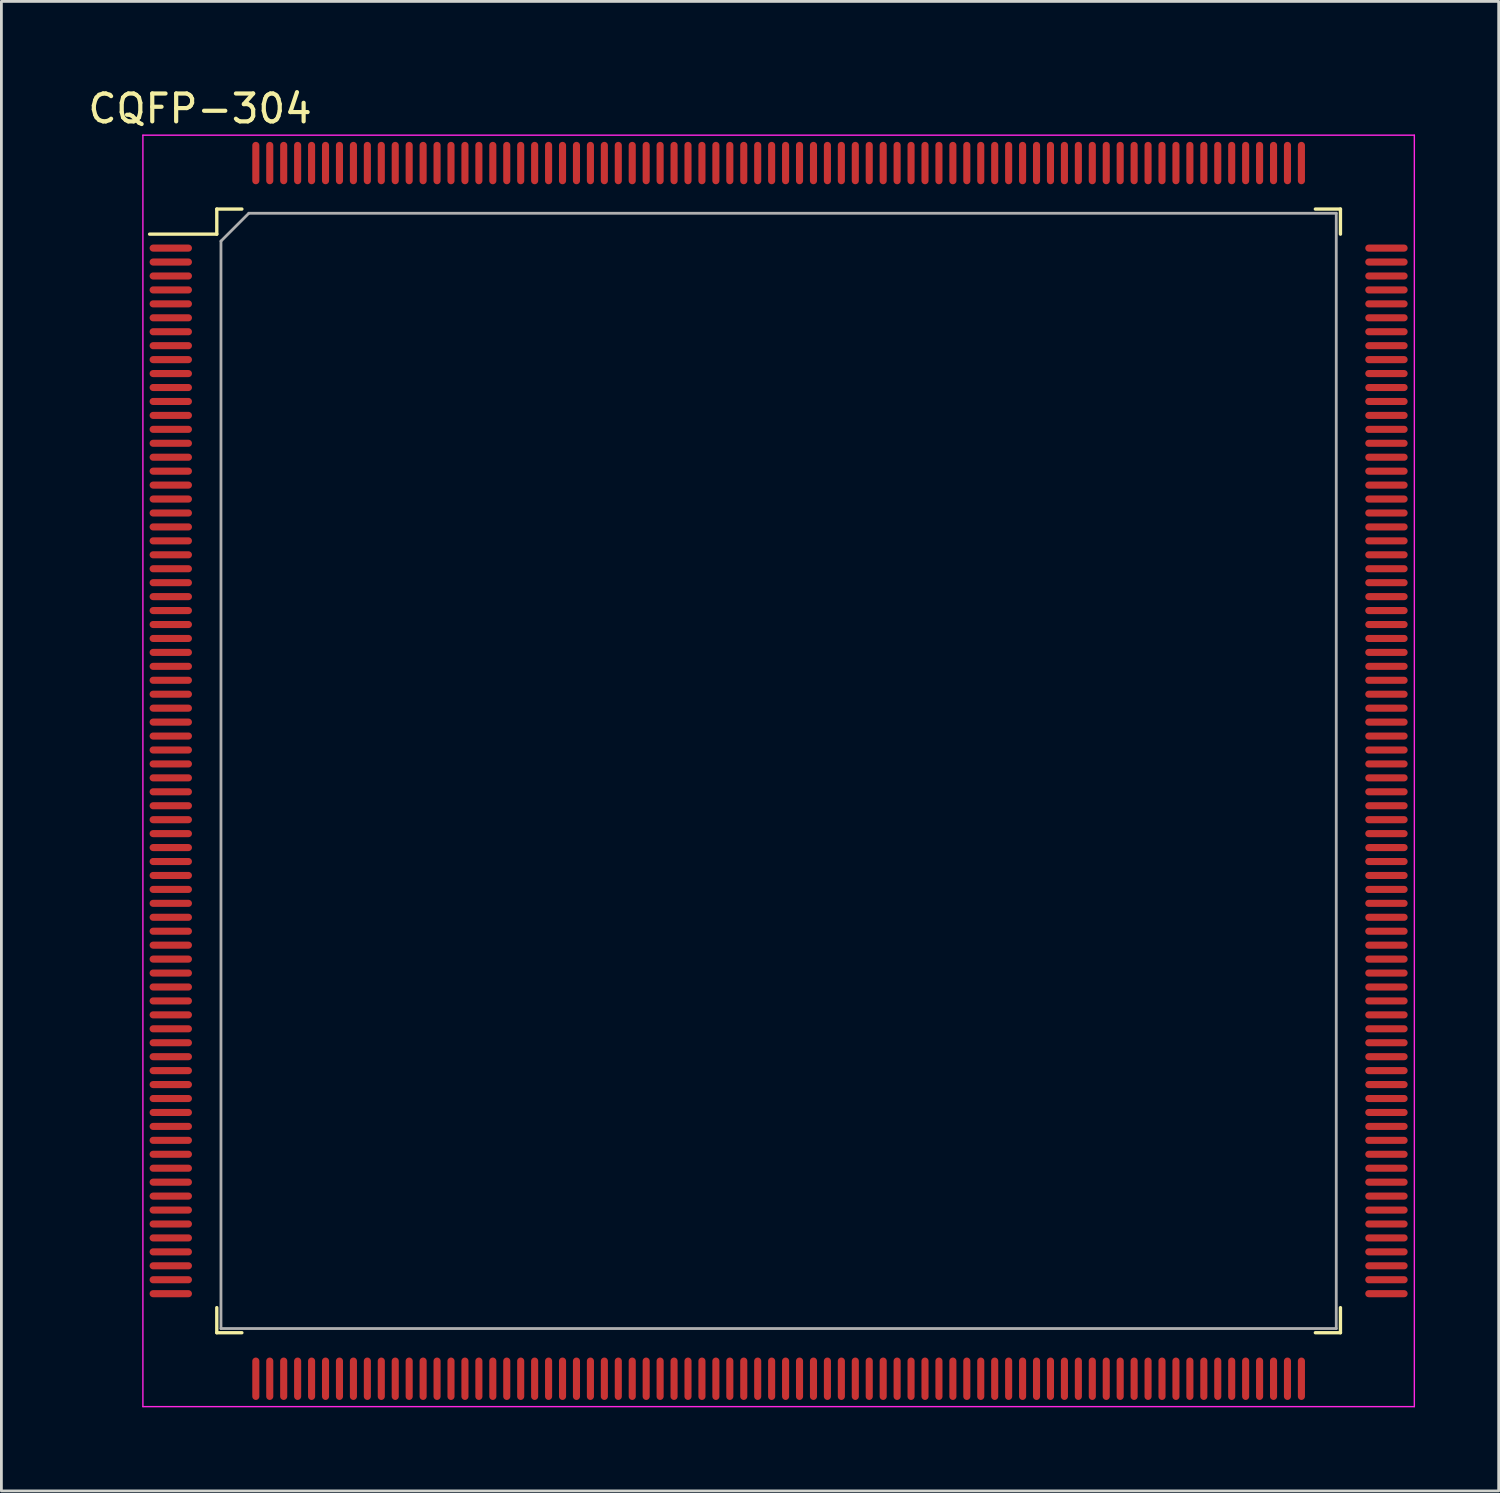
<source format=kicad_pcb>
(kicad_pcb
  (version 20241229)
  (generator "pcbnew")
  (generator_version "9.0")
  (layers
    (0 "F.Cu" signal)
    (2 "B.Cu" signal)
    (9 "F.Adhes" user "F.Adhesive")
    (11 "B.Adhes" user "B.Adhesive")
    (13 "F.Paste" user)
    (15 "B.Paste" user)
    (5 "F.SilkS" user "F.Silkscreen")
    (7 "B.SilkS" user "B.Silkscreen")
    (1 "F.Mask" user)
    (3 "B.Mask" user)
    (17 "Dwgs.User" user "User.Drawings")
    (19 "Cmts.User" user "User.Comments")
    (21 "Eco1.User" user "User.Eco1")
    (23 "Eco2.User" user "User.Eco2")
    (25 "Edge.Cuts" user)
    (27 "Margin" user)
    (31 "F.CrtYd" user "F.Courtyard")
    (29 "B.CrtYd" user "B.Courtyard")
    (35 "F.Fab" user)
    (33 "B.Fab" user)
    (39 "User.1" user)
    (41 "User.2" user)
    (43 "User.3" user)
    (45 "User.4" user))
  (footprint "CQFP-304"
    (layer "F.Cu")
    (at 24.875 24.598)
    (property "Reference" "CQFP-304" (at -20.75 -23.75 0) (layer "F.SilkS") (effects (font (size 1 1) (thickness 0.15))))
    (attr through_hole)
    (fp_line (start -20.15 -20.15) (end -20.15 -19.25) (stroke (width 0.12) (type solid)) (layer "F.SilkS"))
    (fp_line (start -20.15 -19.25) (end -22.56 -19.25) (stroke (width 0.12) (type solid)) (layer "F.SilkS"))
    (fp_line (start -20.15 20.15) (end -20.15 19.25) (stroke (width 0.12) (type solid)) (layer "F.SilkS"))
    (fp_line (start -19.25 -20.15) (end -20.15 -20.15) (stroke (width 0.12) (type solid)) (layer "F.SilkS"))
    (fp_line (start -19.25 20.15) (end -20.15 20.15) (stroke (width 0.12) (type solid)) (layer "F.SilkS"))
    (fp_line (start 19.25 -20.15) (end 20.15 -20.15) (stroke (width 0.12) (type solid)) (layer "F.SilkS"))
    (fp_line (start 19.25 20.15) (end 20.15 20.15) (stroke (width 0.12) (type solid)) (layer "F.SilkS"))
    (fp_line (start 20.15 -20.15) (end 20.15 -19.25) (stroke (width 0.12) (type solid)) (layer "F.SilkS"))
    (fp_line (start 20.15 20.15) (end 20.15 19.25) (stroke (width 0.12) (type solid)) (layer "F.SilkS"))
    (fp_line (start -22.8 -22.8) (end 22.8 -22.8) (stroke (width 0.05) (type solid)) (layer "F.CrtYd"))
    (fp_line (start -22.8 22.8) (end -22.8 -22.8) (stroke (width 0.05) (type solid)) (layer "F.CrtYd"))
    (fp_line (start 22.8 -22.8) (end 22.8 22.8) (stroke (width 0.05) (type solid)) (layer "F.CrtYd"))
    (fp_line (start 22.8 22.8) (end -22.8 22.8) (stroke (width 0.05) (type solid)) (layer "F.CrtYd"))
    (fp_line (start -20 -19) (end -20 20) (stroke (width 0.1) (type solid)) (layer "F.Fab"))
    (fp_line (start -20 20) (end 20 20) (stroke (width 0.1) (type solid)) (layer "F.Fab"))
    (fp_line (start -19 -20) (end -20 -19) (stroke (width 0.1) (type solid)) (layer "F.Fab"))
    (fp_line (start 20 -20) (end -19 -20) (stroke (width 0.1) (type solid)) (layer "F.Fab"))
    (fp_line (start 20 20) (end 20 -20) (stroke (width 0.1) (type solid)) (layer "F.Fab"))
    (pad "1" smd oval (at -21.8 -18.75 90) (size 0.254 1.52) (layers "F.Cu" "F.Mask" "F.Paste"))
    (pad "2" smd oval (at -21.8 -18.25 90) (size 0.254 1.52) (layers "F.Cu" "F.Mask" "F.Paste"))
    (pad "3" smd oval (at -21.8 -17.75 90) (size 0.254 1.52) (layers "F.Cu" "F.Mask" "F.Paste"))
    (pad "4" smd oval (at -21.8 -17.25 90) (size 0.254 1.52) (layers "F.Cu" "F.Mask" "F.Paste"))
    (pad "5" smd oval (at -21.8 -16.75 90) (size 0.254 1.52) (layers "F.Cu" "F.Mask" "F.Paste"))
    (pad "6" smd oval (at -21.8 -16.25 90) (size 0.254 1.52) (layers "F.Cu" "F.Mask" "F.Paste"))
    (pad "7" smd oval (at -21.8 -15.75 90) (size 0.254 1.52) (layers "F.Cu" "F.Mask" "F.Paste"))
    (pad "8" smd oval (at -21.8 -15.25 90) (size 0.254 1.52) (layers "F.Cu" "F.Mask" "F.Paste"))
    (pad "9" smd oval (at -21.8 -14.75 90) (size 0.254 1.52) (layers "F.Cu" "F.Mask" "F.Paste"))
    (pad "10" smd oval (at -21.8 -14.25 90) (size 0.254 1.52) (layers "F.Cu" "F.Mask" "F.Paste"))
    (pad "11" smd oval (at -21.8 -13.75 90) (size 0.254 1.52) (layers "F.Cu" "F.Mask" "F.Paste"))
    (pad "12" smd oval (at -21.8 -13.25 90) (size 0.254 1.52) (layers "F.Cu" "F.Mask" "F.Paste"))
    (pad "13" smd oval (at -21.8 -12.75 90) (size 0.254 1.52) (layers "F.Cu" "F.Mask" "F.Paste"))
    (pad "14" smd oval (at -21.8 -12.25 90) (size 0.254 1.52) (layers "F.Cu" "F.Mask" "F.Paste"))
    (pad "15" smd oval (at -21.8 -11.75 90) (size 0.254 1.52) (layers "F.Cu" "F.Mask" "F.Paste"))
    (pad "16" smd oval (at -21.8 -11.25 90) (size 0.254 1.52) (layers "F.Cu" "F.Mask" "F.Paste"))
    (pad "17" smd oval (at -21.8 -10.75 90) (size 0.254 1.52) (layers "F.Cu" "F.Mask" "F.Paste"))
    (pad "18" smd oval (at -21.8 -10.25 90) (size 0.254 1.52) (layers "F.Cu" "F.Mask" "F.Paste"))
    (pad "19" smd oval (at -21.8 -9.75 90) (size 0.254 1.52) (layers "F.Cu" "F.Mask" "F.Paste"))
    (pad "20" smd oval (at -21.8 -9.25 90) (size 0.254 1.52) (layers "F.Cu" "F.Mask" "F.Paste"))
    (pad "21" smd oval (at -21.8 -8.75 90) (size 0.254 1.52) (layers "F.Cu" "F.Mask" "F.Paste"))
    (pad "22" smd oval (at -21.8 -8.25 90) (size 0.254 1.52) (layers "F.Cu" "F.Mask" "F.Paste"))
    (pad "23" smd oval (at -21.8 -7.75 90) (size 0.254 1.52) (layers "F.Cu" "F.Mask" "F.Paste"))
    (pad "24" smd oval (at -21.8 -7.25 90) (size 0.254 1.52) (layers "F.Cu" "F.Mask" "F.Paste"))
    (pad "25" smd oval (at -21.8 -6.75 90) (size 0.254 1.52) (layers "F.Cu" "F.Mask" "F.Paste"))
    (pad "26" smd oval (at -21.8 -6.25 90) (size 0.254 1.52) (layers "F.Cu" "F.Mask" "F.Paste"))
    (pad "27" smd oval (at -21.8 -5.75 90) (size 0.254 1.52) (layers "F.Cu" "F.Mask" "F.Paste"))
    (pad "28" smd oval (at -21.8 -5.25 90) (size 0.254 1.52) (layers "F.Cu" "F.Mask" "F.Paste"))
    (pad "29" smd oval (at -21.8 -4.75 90) (size 0.254 1.52) (layers "F.Cu" "F.Mask" "F.Paste"))
    (pad "30" smd oval (at -21.8 -4.25 90) (size 0.254 1.52) (layers "F.Cu" "F.Mask" "F.Paste"))
    (pad "31" smd oval (at -21.8 -3.75 90) (size 0.254 1.52) (layers "F.Cu" "F.Mask" "F.Paste"))
    (pad "32" smd oval (at -21.8 -3.25 90) (size 0.254 1.52) (layers "F.Cu" "F.Mask" "F.Paste"))
    (pad "33" smd oval (at -21.8 -2.75 90) (size 0.254 1.52) (layers "F.Cu" "F.Mask" "F.Paste"))
    (pad "34" smd oval (at -21.8 -2.25 90) (size 0.254 1.52) (layers "F.Cu" "F.Mask" "F.Paste"))
    (pad "35" smd oval (at -21.8 -1.75 90) (size 0.254 1.52) (layers "F.Cu" "F.Mask" "F.Paste"))
    (pad "36" smd oval (at -21.8 -1.25 90) (size 0.254 1.52) (layers "F.Cu" "F.Mask" "F.Paste"))
    (pad "37" smd oval (at -21.8 -0.75 90) (size 0.254 1.52) (layers "F.Cu" "F.Mask" "F.Paste"))
    (pad "38" smd oval (at -21.8 -0.25 90) (size 0.254 1.52) (layers "F.Cu" "F.Mask" "F.Paste"))
    (pad "39" smd oval (at -21.8 0.25 90) (size 0.254 1.52) (layers "F.Cu" "F.Mask" "F.Paste"))
    (pad "40" smd oval (at -21.8 0.75 90) (size 0.254 1.52) (layers "F.Cu" "F.Mask" "F.Paste"))
    (pad "41" smd oval (at -21.8 1.25 90) (size 0.254 1.52) (layers "F.Cu" "F.Mask" "F.Paste"))
    (pad "42" smd oval (at -21.8 1.75 90) (size 0.254 1.52) (layers "F.Cu" "F.Mask" "F.Paste"))
    (pad "43" smd oval (at -21.8 2.25 90) (size 0.254 1.52) (layers "F.Cu" "F.Mask" "F.Paste"))
    (pad "44" smd oval (at -21.8 2.75 90) (size 0.254 1.52) (layers "F.Cu" "F.Mask" "F.Paste"))
    (pad "45" smd oval (at -21.8 3.25 90) (size 0.254 1.52) (layers "F.Cu" "F.Mask" "F.Paste"))
    (pad "46" smd oval (at -21.8 3.75 90) (size 0.254 1.52) (layers "F.Cu" "F.Mask" "F.Paste"))
    (pad "47" smd oval (at -21.8 4.25 90) (size 0.254 1.52) (layers "F.Cu" "F.Mask" "F.Paste"))
    (pad "48" smd oval (at -21.8 4.75 90) (size 0.254 1.52) (layers "F.Cu" "F.Mask" "F.Paste"))
    (pad "49" smd oval (at -21.8 5.25 90) (size 0.254 1.52) (layers "F.Cu" "F.Mask" "F.Paste"))
    (pad "50" smd oval (at -21.8 5.75 90) (size 0.254 1.52) (layers "F.Cu" "F.Mask" "F.Paste"))
    (pad "51" smd oval (at -21.8 6.25 90) (size 0.254 1.52) (layers "F.Cu" "F.Mask" "F.Paste"))
    (pad "52" smd oval (at -21.8 6.75 90) (size 0.254 1.52) (layers "F.Cu" "F.Mask" "F.Paste"))
    (pad "53" smd oval (at -21.8 7.25 90) (size 0.254 1.52) (layers "F.Cu" "F.Mask" "F.Paste"))
    (pad "54" smd oval (at -21.8 7.75 90) (size 0.254 1.52) (layers "F.Cu" "F.Mask" "F.Paste"))
    (pad "55" smd oval (at -21.8 8.25 90) (size 0.254 1.52) (layers "F.Cu" "F.Mask" "F.Paste"))
    (pad "56" smd oval (at -21.8 8.75 90) (size 0.254 1.52) (layers "F.Cu" "F.Mask" "F.Paste"))
    (pad "57" smd oval (at -21.8 9.25 90) (size 0.254 1.52) (layers "F.Cu" "F.Mask" "F.Paste"))
    (pad "58" smd oval (at -21.8 9.75 90) (size 0.254 1.52) (layers "F.Cu" "F.Mask" "F.Paste"))
    (pad "59" smd oval (at -21.8 10.25 90) (size 0.254 1.52) (layers "F.Cu" "F.Mask" "F.Paste"))
    (pad "60" smd oval (at -21.8 10.75 90) (size 0.254 1.52) (layers "F.Cu" "F.Mask" "F.Paste"))
    (pad "61" smd oval (at -21.8 11.25 90) (size 0.254 1.52) (layers "F.Cu" "F.Mask" "F.Paste"))
    (pad "62" smd oval (at -21.8 11.75 90) (size 0.254 1.52) (layers "F.Cu" "F.Mask" "F.Paste"))
    (pad "63" smd oval (at -21.8 12.25 90) (size 0.254 1.52) (layers "F.Cu" "F.Mask" "F.Paste"))
    (pad "64" smd oval (at -21.8 12.75 90) (size 0.254 1.52) (layers "F.Cu" "F.Mask" "F.Paste"))
    (pad "65" smd oval (at -21.8 13.25 90) (size 0.254 1.52) (layers "F.Cu" "F.Mask" "F.Paste"))
    (pad "66" smd oval (at -21.8 13.75 90) (size 0.254 1.52) (layers "F.Cu" "F.Mask" "F.Paste"))
    (pad "67" smd oval (at -21.8 14.25 90) (size 0.254 1.52) (layers "F.Cu" "F.Mask" "F.Paste"))
    (pad "68" smd oval (at -21.8 14.75 90) (size 0.254 1.52) (layers "F.Cu" "F.Mask" "F.Paste"))
    (pad "69" smd oval (at -21.8 15.25 90) (size 0.254 1.52) (layers "F.Cu" "F.Mask" "F.Paste"))
    (pad "70" smd oval (at -21.8 15.75 90) (size 0.254 1.52) (layers "F.Cu" "F.Mask" "F.Paste"))
    (pad "71" smd oval (at -21.8 16.25 90) (size 0.254 1.52) (layers "F.Cu" "F.Mask" "F.Paste"))
    (pad "72" smd oval (at -21.8 16.75 90) (size 0.254 1.52) (layers "F.Cu" "F.Mask" "F.Paste"))
    (pad "73" smd oval (at -21.8 17.25 90) (size 0.254 1.52) (layers "F.Cu" "F.Mask" "F.Paste"))
    (pad "74" smd oval (at -21.8 17.75 90) (size 0.254 1.52) (layers "F.Cu" "F.Mask" "F.Paste"))
    (pad "75" smd oval (at -21.8 18.25 90) (size 0.254 1.52) (layers "F.Cu" "F.Mask" "F.Paste"))
    (pad "76" smd oval (at -21.8 18.75 90) (size 0.254 1.52) (layers "F.Cu" "F.Mask" "F.Paste"))
    (pad "77" smd oval (at -18.75 21.8) (size 0.254 1.52) (layers "F.Cu" "F.Mask" "F.Paste"))
    (pad "78" smd oval (at -18.25 21.8) (size 0.254 1.52) (layers "F.Cu" "F.Mask" "F.Paste"))
    (pad "79" smd oval (at -17.75 21.8) (size 0.254 1.52) (layers "F.Cu" "F.Mask" "F.Paste"))
    (pad "80" smd oval (at -17.25 21.8) (size 0.254 1.52) (layers "F.Cu" "F.Mask" "F.Paste"))
    (pad "81" smd oval (at -16.75 21.8) (size 0.254 1.52) (layers "F.Cu" "F.Mask" "F.Paste"))
    (pad "82" smd oval (at -16.25 21.8) (size 0.254 1.52) (layers "F.Cu" "F.Mask" "F.Paste"))
    (pad "83" smd oval (at -15.75 21.8) (size 0.254 1.52) (layers "F.Cu" "F.Mask" "F.Paste"))
    (pad "84" smd oval (at -15.25 21.8) (size 0.254 1.52) (layers "F.Cu" "F.Mask" "F.Paste"))
    (pad "85" smd oval (at -14.75 21.8) (size 0.254 1.52) (layers "F.Cu" "F.Mask" "F.Paste"))
    (pad "86" smd oval (at -14.25 21.8) (size 0.254 1.52) (layers "F.Cu" "F.Mask" "F.Paste"))
    (pad "87" smd oval (at -13.75 21.8) (size 0.254 1.52) (layers "F.Cu" "F.Mask" "F.Paste"))
    (pad "88" smd oval (at -13.25 21.8) (size 0.254 1.52) (layers "F.Cu" "F.Mask" "F.Paste"))
    (pad "89" smd oval (at -12.75 21.8) (size 0.254 1.52) (layers "F.Cu" "F.Mask" "F.Paste"))
    (pad "90" smd oval (at -12.25 21.8) (size 0.254 1.52) (layers "F.Cu" "F.Mask" "F.Paste"))
    (pad "91" smd oval (at -11.75 21.8) (size 0.254 1.52) (layers "F.Cu" "F.Mask" "F.Paste"))
    (pad "92" smd oval (at -11.25 21.8) (size 0.254 1.52) (layers "F.Cu" "F.Mask" "F.Paste"))
    (pad "93" smd oval (at -10.75 21.8) (size 0.254 1.52) (layers "F.Cu" "F.Mask" "F.Paste"))
    (pad "94" smd oval (at -10.25 21.8) (size 0.254 1.52) (layers "F.Cu" "F.Mask" "F.Paste"))
    (pad "95" smd oval (at -9.75 21.8) (size 0.254 1.52) (layers "F.Cu" "F.Mask" "F.Paste"))
    (pad "96" smd oval (at -9.25 21.8) (size 0.254 1.52) (layers "F.Cu" "F.Mask" "F.Paste"))
    (pad "97" smd oval (at -8.75 21.8) (size 0.254 1.52) (layers "F.Cu" "F.Mask" "F.Paste"))
    (pad "98" smd oval (at -8.25 21.8) (size 0.254 1.52) (layers "F.Cu" "F.Mask" "F.Paste"))
    (pad "99" smd oval (at -7.75 21.8) (size 0.254 1.52) (layers "F.Cu" "F.Mask" "F.Paste"))
    (pad "100" smd oval (at -7.25 21.8) (size 0.254 1.52) (layers "F.Cu" "F.Mask" "F.Paste"))
    (pad "101" smd oval (at -6.75 21.8) (size 0.254 1.52) (layers "F.Cu" "F.Mask" "F.Paste"))
    (pad "102" smd oval (at -6.25 21.8) (size 0.254 1.52) (layers "F.Cu" "F.Mask" "F.Paste"))
    (pad "103" smd oval (at -5.75 21.8) (size 0.254 1.52) (layers "F.Cu" "F.Mask" "F.Paste"))
    (pad "104" smd oval (at -5.25 21.8) (size 0.254 1.52) (layers "F.Cu" "F.Mask" "F.Paste"))
    (pad "105" smd oval (at -4.75 21.8) (size 0.254 1.52) (layers "F.Cu" "F.Mask" "F.Paste"))
    (pad "106" smd oval (at -4.25 21.8) (size 0.254 1.52) (layers "F.Cu" "F.Mask" "F.Paste"))
    (pad "107" smd oval (at -3.75 21.8) (size 0.254 1.52) (layers "F.Cu" "F.Mask" "F.Paste"))
    (pad "108" smd oval (at -3.25 21.8) (size 0.254 1.52) (layers "F.Cu" "F.Mask" "F.Paste"))
    (pad "109" smd oval (at -2.75 21.8) (size 0.254 1.52) (layers "F.Cu" "F.Mask" "F.Paste"))
    (pad "110" smd oval (at -2.25 21.8) (size 0.254 1.52) (layers "F.Cu" "F.Mask" "F.Paste"))
    (pad "111" smd oval (at -1.75 21.8) (size 0.254 1.52) (layers "F.Cu" "F.Mask" "F.Paste"))
    (pad "112" smd oval (at -1.25 21.8) (size 0.254 1.52) (layers "F.Cu" "F.Mask" "F.Paste"))
    (pad "113" smd oval (at -0.75 21.8) (size 0.254 1.52) (layers "F.Cu" "F.Mask" "F.Paste"))
    (pad "114" smd oval (at -0.25 21.8) (size 0.254 1.52) (layers "F.Cu" "F.Mask" "F.Paste"))
    (pad "115" smd oval (at 0.25 21.8) (size 0.254 1.52) (layers "F.Cu" "F.Mask" "F.Paste"))
    (pad "116" smd oval (at 0.75 21.8) (size 0.254 1.52) (layers "F.Cu" "F.Mask" "F.Paste"))
    (pad "117" smd oval (at 1.25 21.8) (size 0.254 1.52) (layers "F.Cu" "F.Mask" "F.Paste"))
    (pad "118" smd oval (at 1.75 21.8) (size 0.254 1.52) (layers "F.Cu" "F.Mask" "F.Paste"))
    (pad "119" smd oval (at 2.25 21.8) (size 0.254 1.52) (layers "F.Cu" "F.Mask" "F.Paste"))
    (pad "120" smd oval (at 2.75 21.8) (size 0.254 1.52) (layers "F.Cu" "F.Mask" "F.Paste"))
    (pad "121" smd oval (at 3.25 21.8) (size 0.254 1.52) (layers "F.Cu" "F.Mask" "F.Paste"))
    (pad "122" smd oval (at 3.75 21.8) (size 0.254 1.52) (layers "F.Cu" "F.Mask" "F.Paste"))
    (pad "123" smd oval (at 4.25 21.8) (size 0.254 1.52) (layers "F.Cu" "F.Mask" "F.Paste"))
    (pad "124" smd oval (at 4.75 21.8) (size 0.254 1.52) (layers "F.Cu" "F.Mask" "F.Paste"))
    (pad "125" smd oval (at 5.25 21.8) (size 0.254 1.52) (layers "F.Cu" "F.Mask" "F.Paste"))
    (pad "126" smd oval (at 5.75 21.8) (size 0.254 1.52) (layers "F.Cu" "F.Mask" "F.Paste"))
    (pad "127" smd oval (at 6.25 21.8) (size 0.254 1.52) (layers "F.Cu" "F.Mask" "F.Paste"))
    (pad "128" smd oval (at 6.75 21.8) (size 0.254 1.52) (layers "F.Cu" "F.Mask" "F.Paste"))
    (pad "129" smd oval (at 7.25 21.8) (size 0.254 1.52) (layers "F.Cu" "F.Mask" "F.Paste"))
    (pad "130" smd oval (at 7.75 21.8) (size 0.254 1.52) (layers "F.Cu" "F.Mask" "F.Paste"))
    (pad "131" smd oval (at 8.25 21.8) (size 0.254 1.52) (layers "F.Cu" "F.Mask" "F.Paste"))
    (pad "132" smd oval (at 8.75 21.8) (size 0.254 1.52) (layers "F.Cu" "F.Mask" "F.Paste"))
    (pad "133" smd oval (at 9.25 21.8) (size 0.254 1.52) (layers "F.Cu" "F.Mask" "F.Paste"))
    (pad "134" smd oval (at 9.75 21.8) (size 0.254 1.52) (layers "F.Cu" "F.Mask" "F.Paste"))
    (pad "135" smd oval (at 10.25 21.8) (size 0.254 1.52) (layers "F.Cu" "F.Mask" "F.Paste"))
    (pad "136" smd oval (at 10.75 21.8) (size 0.254 1.52) (layers "F.Cu" "F.Mask" "F.Paste"))
    (pad "137" smd oval (at 11.25 21.8) (size 0.254 1.52) (layers "F.Cu" "F.Mask" "F.Paste"))
    (pad "138" smd oval (at 11.75 21.8) (size 0.254 1.52) (layers "F.Cu" "F.Mask" "F.Paste"))
    (pad "139" smd oval (at 12.25 21.8) (size 0.254 1.52) (layers "F.Cu" "F.Mask" "F.Paste"))
    (pad "140" smd oval (at 12.75 21.8) (size 0.254 1.52) (layers "F.Cu" "F.Mask" "F.Paste"))
    (pad "141" smd oval (at 13.25 21.8) (size 0.254 1.52) (layers "F.Cu" "F.Mask" "F.Paste"))
    (pad "142" smd oval (at 13.75 21.8) (size 0.254 1.52) (layers "F.Cu" "F.Mask" "F.Paste"))
    (pad "143" smd oval (at 14.25 21.8) (size 0.254 1.52) (layers "F.Cu" "F.Mask" "F.Paste"))
    (pad "144" smd oval (at 14.75 21.8) (size 0.254 1.52) (layers "F.Cu" "F.Mask" "F.Paste"))
    (pad "145" smd oval (at 15.25 21.8) (size 0.254 1.52) (layers "F.Cu" "F.Mask" "F.Paste"))
    (pad "146" smd oval (at 15.75 21.8) (size 0.254 1.52) (layers "F.Cu" "F.Mask" "F.Paste"))
    (pad "147" smd oval (at 16.25 21.8) (size 0.254 1.52) (layers "F.Cu" "F.Mask" "F.Paste"))
    (pad "148" smd oval (at 16.75 21.8) (size 0.254 1.52) (layers "F.Cu" "F.Mask" "F.Paste"))
    (pad "149" smd oval (at 17.25 21.8) (size 0.254 1.52) (layers "F.Cu" "F.Mask" "F.Paste"))
    (pad "150" smd oval (at 17.75 21.8) (size 0.254 1.52) (layers "F.Cu" "F.Mask" "F.Paste"))
    (pad "151" smd oval (at 18.25 21.8) (size 0.254 1.52) (layers "F.Cu" "F.Mask" "F.Paste"))
    (pad "152" smd oval (at 18.75 21.8) (size 0.254 1.52) (layers "F.Cu" "F.Mask" "F.Paste"))
    (pad "153" smd oval (at 21.8 18.75 90) (size 0.254 1.52) (layers "F.Cu" "F.Mask" "F.Paste"))
    (pad "154" smd oval (at 21.8 18.25 90) (size 0.254 1.52) (layers "F.Cu" "F.Mask" "F.Paste"))
    (pad "155" smd oval (at 21.8 17.75 90) (size 0.254 1.52) (layers "F.Cu" "F.Mask" "F.Paste"))
    (pad "156" smd oval (at 21.8 17.25 90) (size 0.254 1.52) (layers "F.Cu" "F.Mask" "F.Paste"))
    (pad "157" smd oval (at 21.8 16.75 90) (size 0.254 1.52) (layers "F.Cu" "F.Mask" "F.Paste"))
    (pad "158" smd oval (at 21.8 16.25 90) (size 0.254 1.52) (layers "F.Cu" "F.Mask" "F.Paste"))
    (pad "159" smd oval (at 21.8 15.75 90) (size 0.254 1.52) (layers "F.Cu" "F.Mask" "F.Paste"))
    (pad "160" smd oval (at 21.8 15.25 90) (size 0.254 1.52) (layers "F.Cu" "F.Mask" "F.Paste"))
    (pad "161" smd oval (at 21.8 14.75 90) (size 0.254 1.52) (layers "F.Cu" "F.Mask" "F.Paste"))
    (pad "162" smd oval (at 21.8 14.25 90) (size 0.254 1.52) (layers "F.Cu" "F.Mask" "F.Paste"))
    (pad "163" smd oval (at 21.8 13.75 90) (size 0.254 1.52) (layers "F.Cu" "F.Mask" "F.Paste"))
    (pad "164" smd oval (at 21.8 13.25 90) (size 0.254 1.52) (layers "F.Cu" "F.Mask" "F.Paste"))
    (pad "165" smd oval (at 21.8 12.75 90) (size 0.254 1.52) (layers "F.Cu" "F.Mask" "F.Paste"))
    (pad "166" smd oval (at 21.8 12.25 90) (size 0.254 1.52) (layers "F.Cu" "F.Mask" "F.Paste"))
    (pad "167" smd oval (at 21.8 11.75 90) (size 0.254 1.52) (layers "F.Cu" "F.Mask" "F.Paste"))
    (pad "168" smd oval (at 21.8 11.25 90) (size 0.254 1.52) (layers "F.Cu" "F.Mask" "F.Paste"))
    (pad "169" smd oval (at 21.8 10.75 90) (size 0.254 1.52) (layers "F.Cu" "F.Mask" "F.Paste"))
    (pad "170" smd oval (at 21.8 10.25 90) (size 0.254 1.52) (layers "F.Cu" "F.Mask" "F.Paste"))
    (pad "171" smd oval (at 21.8 9.75 90) (size 0.254 1.52) (layers "F.Cu" "F.Mask" "F.Paste"))
    (pad "172" smd oval (at 21.8 9.25 90) (size 0.254 1.52) (layers "F.Cu" "F.Mask" "F.Paste"))
    (pad "173" smd oval (at 21.8 8.75 90) (size 0.254 1.52) (layers "F.Cu" "F.Mask" "F.Paste"))
    (pad "174" smd oval (at 21.8 8.25 90) (size 0.254 1.52) (layers "F.Cu" "F.Mask" "F.Paste"))
    (pad "175" smd oval (at 21.8 7.75 90) (size 0.254 1.52) (layers "F.Cu" "F.Mask" "F.Paste"))
    (pad "176" smd oval (at 21.8 7.25 90) (size 0.254 1.52) (layers "F.Cu" "F.Mask" "F.Paste"))
    (pad "177" smd oval (at 21.8 6.75 90) (size 0.254 1.52) (layers "F.Cu" "F.Mask" "F.Paste"))
    (pad "178" smd oval (at 21.8 6.25 90) (size 0.254 1.52) (layers "F.Cu" "F.Mask" "F.Paste"))
    (pad "179" smd oval (at 21.8 5.75 90) (size 0.254 1.52) (layers "F.Cu" "F.Mask" "F.Paste"))
    (pad "180" smd oval (at 21.8 5.25 90) (size 0.254 1.52) (layers "F.Cu" "F.Mask" "F.Paste"))
    (pad "181" smd oval (at 21.8 4.75 90) (size 0.254 1.52) (layers "F.Cu" "F.Mask" "F.Paste"))
    (pad "182" smd oval (at 21.8 4.25 90) (size 0.254 1.52) (layers "F.Cu" "F.Mask" "F.Paste"))
    (pad "183" smd oval (at 21.8 3.75 90) (size 0.254 1.52) (layers "F.Cu" "F.Mask" "F.Paste"))
    (pad "184" smd oval (at 21.8 3.25 90) (size 0.254 1.52) (layers "F.Cu" "F.Mask" "F.Paste"))
    (pad "185" smd oval (at 21.8 2.75 90) (size 0.254 1.52) (layers "F.Cu" "F.Mask" "F.Paste"))
    (pad "186" smd oval (at 21.8 2.25 90) (size 0.254 1.52) (layers "F.Cu" "F.Mask" "F.Paste"))
    (pad "187" smd oval (at 21.8 1.75 90) (size 0.254 1.52) (layers "F.Cu" "F.Mask" "F.Paste"))
    (pad "188" smd oval (at 21.8 1.25 90) (size 0.254 1.52) (layers "F.Cu" "F.Mask" "F.Paste"))
    (pad "189" smd oval (at 21.8 0.75 90) (size 0.254 1.52) (layers "F.Cu" "F.Mask" "F.Paste"))
    (pad "190" smd oval (at 21.8 0.25 90) (size 0.254 1.52) (layers "F.Cu" "F.Mask" "F.Paste"))
    (pad "191" smd oval (at 21.8 -0.25 90) (size 0.254 1.52) (layers "F.Cu" "F.Mask" "F.Paste"))
    (pad "192" smd oval (at 21.8 -0.75 90) (size 0.254 1.52) (layers "F.Cu" "F.Mask" "F.Paste"))
    (pad "193" smd oval (at 21.8 -1.25 90) (size 0.254 1.52) (layers "F.Cu" "F.Mask" "F.Paste"))
    (pad "194" smd oval (at 21.8 -1.75 90) (size 0.254 1.52) (layers "F.Cu" "F.Mask" "F.Paste"))
    (pad "195" smd oval (at 21.8 -2.25 90) (size 0.254 1.52) (layers "F.Cu" "F.Mask" "F.Paste"))
    (pad "196" smd oval (at 21.8 -2.75 90) (size 0.254 1.52) (layers "F.Cu" "F.Mask" "F.Paste"))
    (pad "197" smd oval (at 21.8 -3.25 90) (size 0.254 1.52) (layers "F.Cu" "F.Mask" "F.Paste"))
    (pad "198" smd oval (at 21.8 -3.75 90) (size 0.254 1.52) (layers "F.Cu" "F.Mask" "F.Paste"))
    (pad "199" smd oval (at 21.8 -4.25 90) (size 0.254 1.52) (layers "F.Cu" "F.Mask" "F.Paste"))
    (pad "200" smd oval (at 21.8 -4.75 90) (size 0.254 1.52) (layers "F.Cu" "F.Mask" "F.Paste"))
    (pad "201" smd oval (at 21.8 -5.25 90) (size 0.254 1.52) (layers "F.Cu" "F.Mask" "F.Paste"))
    (pad "202" smd oval (at 21.8 -5.75 90) (size 0.254 1.52) (layers "F.Cu" "F.Mask" "F.Paste"))
    (pad "203" smd oval (at 21.8 -6.25 90) (size 0.254 1.52) (layers "F.Cu" "F.Mask" "F.Paste"))
    (pad "204" smd oval (at 21.8 -6.75 90) (size 0.254 1.52) (layers "F.Cu" "F.Mask" "F.Paste"))
    (pad "205" smd oval (at 21.8 -7.25 90) (size 0.254 1.52) (layers "F.Cu" "F.Mask" "F.Paste"))
    (pad "206" smd oval (at 21.8 -7.75 90) (size 0.254 1.52) (layers "F.Cu" "F.Mask" "F.Paste"))
    (pad "207" smd oval (at 21.8 -8.25 90) (size 0.254 1.52) (layers "F.Cu" "F.Mask" "F.Paste"))
    (pad "208" smd oval (at 21.8 -8.75 90) (size 0.254 1.52) (layers "F.Cu" "F.Mask" "F.Paste"))
    (pad "209" smd oval (at 21.8 -9.25 90) (size 0.254 1.52) (layers "F.Cu" "F.Mask" "F.Paste"))
    (pad "210" smd oval (at 21.8 -9.75 90) (size 0.254 1.52) (layers "F.Cu" "F.Mask" "F.Paste"))
    (pad "211" smd oval (at 21.8 -10.25 90) (size 0.254 1.52) (layers "F.Cu" "F.Mask" "F.Paste"))
    (pad "212" smd oval (at 21.8 -10.75 90) (size 0.254 1.52) (layers "F.Cu" "F.Mask" "F.Paste"))
    (pad "213" smd oval (at 21.8 -11.25 90) (size 0.254 1.52) (layers "F.Cu" "F.Mask" "F.Paste"))
    (pad "214" smd oval (at 21.8 -11.75 90) (size 0.254 1.52) (layers "F.Cu" "F.Mask" "F.Paste"))
    (pad "215" smd oval (at 21.8 -12.25 90) (size 0.254 1.52) (layers "F.Cu" "F.Mask" "F.Paste"))
    (pad "216" smd oval (at 21.8 -12.75 90) (size 0.254 1.52) (layers "F.Cu" "F.Mask" "F.Paste"))
    (pad "217" smd oval (at 21.8 -13.25 90) (size 0.254 1.52) (layers "F.Cu" "F.Mask" "F.Paste"))
    (pad "218" smd oval (at 21.8 -13.75 90) (size 0.254 1.52) (layers "F.Cu" "F.Mask" "F.Paste"))
    (pad "219" smd oval (at 21.8 -14.25 90) (size 0.254 1.52) (layers "F.Cu" "F.Mask" "F.Paste"))
    (pad "220" smd oval (at 21.8 -14.75 90) (size 0.254 1.52) (layers "F.Cu" "F.Mask" "F.Paste"))
    (pad "221" smd oval (at 21.8 -15.25 90) (size 0.254 1.52) (layers "F.Cu" "F.Mask" "F.Paste"))
    (pad "222" smd oval (at 21.8 -15.75 90) (size 0.254 1.52) (layers "F.Cu" "F.Mask" "F.Paste"))
    (pad "223" smd oval (at 21.8 -16.25 90) (size 0.254 1.52) (layers "F.Cu" "F.Mask" "F.Paste"))
    (pad "224" smd oval (at 21.8 -16.75 90) (size 0.254 1.52) (layers "F.Cu" "F.Mask" "F.Paste"))
    (pad "225" smd oval (at 21.8 -17.25 90) (size 0.254 1.52) (layers "F.Cu" "F.Mask" "F.Paste"))
    (pad "226" smd oval (at 21.8 -17.75 90) (size 0.254 1.52) (layers "F.Cu" "F.Mask" "F.Paste"))
    (pad "227" smd oval (at 21.8 -18.25 90) (size 0.254 1.52) (layers "F.Cu" "F.Mask" "F.Paste"))
    (pad "228" smd oval (at 21.8 -18.75 90) (size 0.254 1.52) (layers "F.Cu" "F.Mask" "F.Paste"))
    (pad "229" smd oval (at 18.75 -21.8) (size 0.254 1.52) (layers "F.Cu" "F.Mask" "F.Paste"))
    (pad "230" smd oval (at 18.25 -21.8) (size 0.254 1.52) (layers "F.Cu" "F.Mask" "F.Paste"))
    (pad "231" smd oval (at 17.75 -21.8) (size 0.254 1.52) (layers "F.Cu" "F.Mask" "F.Paste"))
    (pad "232" smd oval (at 17.25 -21.8) (size 0.254 1.52) (layers "F.Cu" "F.Mask" "F.Paste"))
    (pad "233" smd oval (at 16.75 -21.8) (size 0.254 1.52) (layers "F.Cu" "F.Mask" "F.Paste"))
    (pad "234" smd oval (at 16.25 -21.8) (size 0.254 1.52) (layers "F.Cu" "F.Mask" "F.Paste"))
    (pad "235" smd oval (at 15.75 -21.8) (size 0.254 1.52) (layers "F.Cu" "F.Mask" "F.Paste"))
    (pad "236" smd oval (at 15.25 -21.8) (size 0.254 1.52) (layers "F.Cu" "F.Mask" "F.Paste"))
    (pad "237" smd oval (at 14.75 -21.8) (size 0.254 1.52) (layers "F.Cu" "F.Mask" "F.Paste"))
    (pad "238" smd oval (at 14.25 -21.8) (size 0.254 1.52) (layers "F.Cu" "F.Mask" "F.Paste"))
    (pad "239" smd oval (at 13.75 -21.8) (size 0.254 1.52) (layers "F.Cu" "F.Mask" "F.Paste"))
    (pad "240" smd oval (at 13.25 -21.8) (size 0.254 1.52) (layers "F.Cu" "F.Mask" "F.Paste"))
    (pad "241" smd oval (at 12.75 -21.8) (size 0.254 1.52) (layers "F.Cu" "F.Mask" "F.Paste"))
    (pad "242" smd oval (at 12.25 -21.8) (size 0.254 1.52) (layers "F.Cu" "F.Mask" "F.Paste"))
    (pad "243" smd oval (at 11.75 -21.8) (size 0.254 1.52) (layers "F.Cu" "F.Mask" "F.Paste"))
    (pad "244" smd oval (at 11.25 -21.8) (size 0.254 1.52) (layers "F.Cu" "F.Mask" "F.Paste"))
    (pad "245" smd oval (at 10.75 -21.8) (size 0.254 1.52) (layers "F.Cu" "F.Mask" "F.Paste"))
    (pad "246" smd oval (at 10.25 -21.8) (size 0.254 1.52) (layers "F.Cu" "F.Mask" "F.Paste"))
    (pad "247" smd oval (at 9.75 -21.8) (size 0.254 1.52) (layers "F.Cu" "F.Mask" "F.Paste"))
    (pad "248" smd oval (at 9.25 -21.8) (size 0.254 1.52) (layers "F.Cu" "F.Mask" "F.Paste"))
    (pad "249" smd oval (at 8.75 -21.8) (size 0.254 1.52) (layers "F.Cu" "F.Mask" "F.Paste"))
    (pad "250" smd oval (at 8.25 -21.8) (size 0.254 1.52) (layers "F.Cu" "F.Mask" "F.Paste"))
    (pad "251" smd oval (at 7.75 -21.8) (size 0.254 1.52) (layers "F.Cu" "F.Mask" "F.Paste"))
    (pad "252" smd oval (at 7.25 -21.8) (size 0.254 1.52) (layers "F.Cu" "F.Mask" "F.Paste"))
    (pad "253" smd oval (at 6.75 -21.8) (size 0.254 1.52) (layers "F.Cu" "F.Mask" "F.Paste"))
    (pad "254" smd oval (at 6.25 -21.8) (size 0.254 1.52) (layers "F.Cu" "F.Mask" "F.Paste"))
    (pad "255" smd oval (at 5.75 -21.8) (size 0.254 1.52) (layers "F.Cu" "F.Mask" "F.Paste"))
    (pad "256" smd oval (at 5.25 -21.8) (size 0.254 1.52) (layers "F.Cu" "F.Mask" "F.Paste"))
    (pad "257" smd oval (at 4.75 -21.8) (size 0.254 1.52) (layers "F.Cu" "F.Mask" "F.Paste"))
    (pad "258" smd oval (at 4.25 -21.8) (size 0.254 1.52) (layers "F.Cu" "F.Mask" "F.Paste"))
    (pad "259" smd oval (at 3.75 -21.8) (size 0.254 1.52) (layers "F.Cu" "F.Mask" "F.Paste"))
    (pad "260" smd oval (at 3.25 -21.8) (size 0.254 1.52) (layers "F.Cu" "F.Mask" "F.Paste"))
    (pad "261" smd oval (at 2.75 -21.8) (size 0.254 1.52) (layers "F.Cu" "F.Mask" "F.Paste"))
    (pad "262" smd oval (at 2.25 -21.8) (size 0.254 1.52) (layers "F.Cu" "F.Mask" "F.Paste"))
    (pad "263" smd oval (at 1.75 -21.8) (size 0.254 1.52) (layers "F.Cu" "F.Mask" "F.Paste"))
    (pad "264" smd oval (at 1.25 -21.8) (size 0.254 1.52) (layers "F.Cu" "F.Mask" "F.Paste"))
    (pad "265" smd oval (at 0.75 -21.8) (size 0.254 1.52) (layers "F.Cu" "F.Mask" "F.Paste"))
    (pad "266" smd oval (at 0.25 -21.8) (size 0.254 1.52) (layers "F.Cu" "F.Mask" "F.Paste"))
    (pad "267" smd oval (at -0.25 -21.8) (size 0.254 1.52) (layers "F.Cu" "F.Mask" "F.Paste"))
    (pad "268" smd oval (at -0.75 -21.8) (size 0.254 1.52) (layers "F.Cu" "F.Mask" "F.Paste"))
    (pad "269" smd oval (at -1.25 -21.8) (size 0.254 1.52) (layers "F.Cu" "F.Mask" "F.Paste"))
    (pad "270" smd oval (at -1.75 -21.8) (size 0.254 1.52) (layers "F.Cu" "F.Mask" "F.Paste"))
    (pad "271" smd oval (at -2.25 -21.8) (size 0.254 1.52) (layers "F.Cu" "F.Mask" "F.Paste"))
    (pad "272" smd oval (at -2.75 -21.8) (size 0.254 1.52) (layers "F.Cu" "F.Mask" "F.Paste"))
    (pad "273" smd oval (at -3.25 -21.8) (size 0.254 1.52) (layers "F.Cu" "F.Mask" "F.Paste"))
    (pad "274" smd oval (at -3.75 -21.8) (size 0.254 1.52) (layers "F.Cu" "F.Mask" "F.Paste"))
    (pad "275" smd oval (at -4.25 -21.8) (size 0.254 1.52) (layers "F.Cu" "F.Mask" "F.Paste"))
    (pad "276" smd oval (at -4.75 -21.8) (size 0.254 1.52) (layers "F.Cu" "F.Mask" "F.Paste"))
    (pad "277" smd oval (at -5.25 -21.8) (size 0.254 1.52) (layers "F.Cu" "F.Mask" "F.Paste"))
    (pad "278" smd oval (at -5.75 -21.8) (size 0.254 1.52) (layers "F.Cu" "F.Mask" "F.Paste"))
    (pad "279" smd oval (at -6.25 -21.8) (size 0.254 1.52) (layers "F.Cu" "F.Mask" "F.Paste"))
    (pad "280" smd oval (at -6.75 -21.8) (size 0.254 1.52) (layers "F.Cu" "F.Mask" "F.Paste"))
    (pad "281" smd oval (at -7.25 -21.8) (size 0.254 1.52) (layers "F.Cu" "F.Mask" "F.Paste"))
    (pad "282" smd oval (at -7.75 -21.8) (size 0.254 1.52) (layers "F.Cu" "F.Mask" "F.Paste"))
    (pad "283" smd oval (at -8.25 -21.8) (size 0.254 1.52) (layers "F.Cu" "F.Mask" "F.Paste"))
    (pad "284" smd oval (at -8.75 -21.8) (size 0.254 1.52) (layers "F.Cu" "F.Mask" "F.Paste"))
    (pad "285" smd oval (at -9.25 -21.8) (size 0.254 1.52) (layers "F.Cu" "F.Mask" "F.Paste"))
    (pad "286" smd oval (at -9.75 -21.8) (size 0.254 1.52) (layers "F.Cu" "F.Mask" "F.Paste"))
    (pad "287" smd oval (at -10.25 -21.8) (size 0.254 1.52) (layers "F.Cu" "F.Mask" "F.Paste"))
    (pad "288" smd oval (at -10.75 -21.8) (size 0.254 1.52) (layers "F.Cu" "F.Mask" "F.Paste"))
    (pad "289" smd oval (at -11.25 -21.8) (size 0.254 1.52) (layers "F.Cu" "F.Mask" "F.Paste"))
    (pad "290" smd oval (at -11.75 -21.8) (size 0.254 1.52) (layers "F.Cu" "F.Mask" "F.Paste"))
    (pad "291" smd oval (at -12.25 -21.8) (size 0.254 1.52) (layers "F.Cu" "F.Mask" "F.Paste"))
    (pad "292" smd oval (at -12.75 -21.8) (size 0.254 1.52) (layers "F.Cu" "F.Mask" "F.Paste"))
    (pad "293" smd oval (at -13.25 -21.8) (size 0.254 1.52) (layers "F.Cu" "F.Mask" "F.Paste"))
    (pad "294" smd oval (at -13.75 -21.8) (size 0.254 1.52) (layers "F.Cu" "F.Mask" "F.Paste"))
    (pad "295" smd oval (at -14.25 -21.8) (size 0.254 1.52) (layers "F.Cu" "F.Mask" "F.Paste"))
    (pad "296" smd oval (at -14.75 -21.8) (size 0.254 1.52) (layers "F.Cu" "F.Mask" "F.Paste"))
    (pad "297" smd oval (at -15.25 -21.8) (size 0.254 1.52) (layers "F.Cu" "F.Mask" "F.Paste"))
    (pad "298" smd oval (at -15.75 -21.8) (size 0.254 1.52) (layers "F.Cu" "F.Mask" "F.Paste"))
    (pad "299" smd oval (at -16.25 -21.8) (size 0.254 1.52) (layers "F.Cu" "F.Mask" "F.Paste"))
    (pad "300" smd oval (at -16.75 -21.8) (size 0.254 1.52) (layers "F.Cu" "F.Mask" "F.Paste"))
    (pad "301" smd oval (at -17.25 -21.8) (size 0.254 1.52) (layers "F.Cu" "F.Mask" "F.Paste"))
    (pad "302" smd oval (at -17.75 -21.8) (size 0.254 1.52) (layers "F.Cu" "F.Mask" "F.Paste"))
    (pad "303" smd oval (at -18.25 -21.8) (size 0.254 1.52) (layers "F.Cu" "F.Mask" "F.Paste"))
    (pad "304" smd oval (at -18.75 -21.8) (size 0.254 1.52) (layers "F.Cu" "F.Mask" "F.Paste")))
  (gr_rect
    (start -3 -3)
    (end 50.7 50.423)
    (stroke (width 0.1) (type default))
    (fill no)
    (layer "Edge.Cuts")))
</source>
